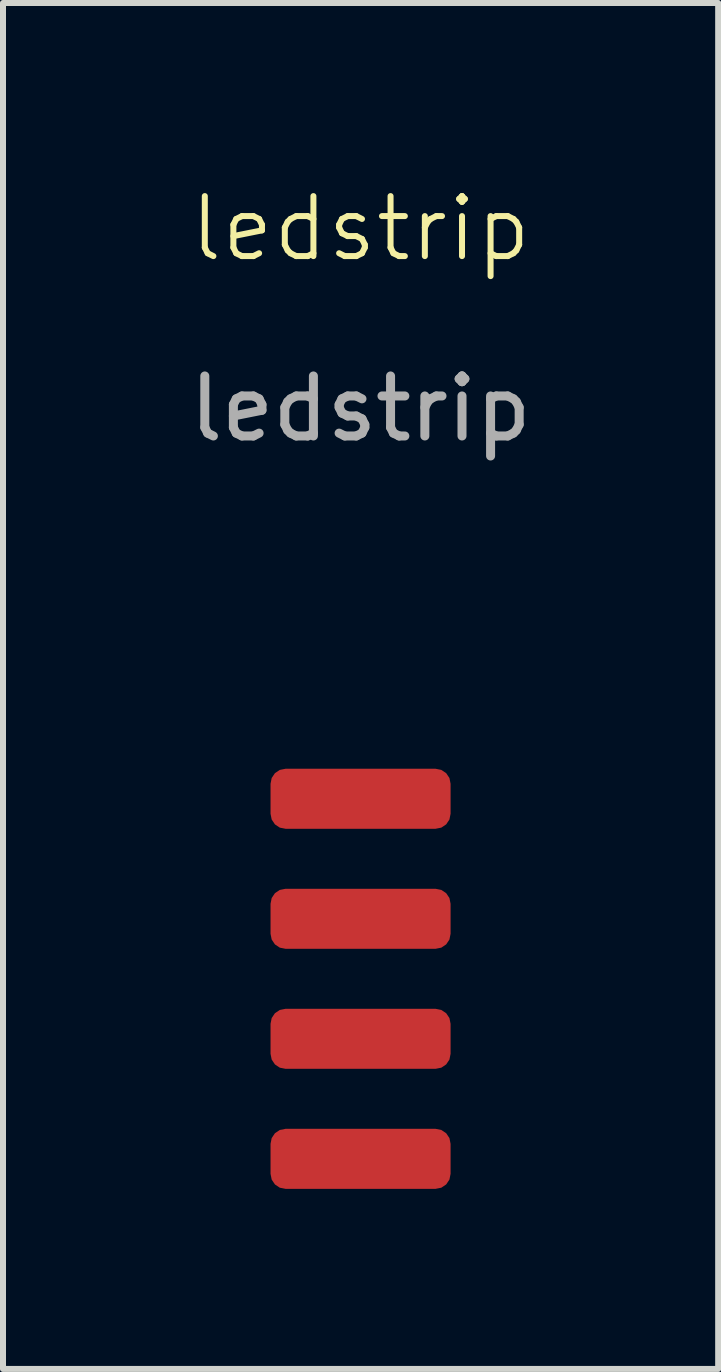
<source format=kicad_pcb>
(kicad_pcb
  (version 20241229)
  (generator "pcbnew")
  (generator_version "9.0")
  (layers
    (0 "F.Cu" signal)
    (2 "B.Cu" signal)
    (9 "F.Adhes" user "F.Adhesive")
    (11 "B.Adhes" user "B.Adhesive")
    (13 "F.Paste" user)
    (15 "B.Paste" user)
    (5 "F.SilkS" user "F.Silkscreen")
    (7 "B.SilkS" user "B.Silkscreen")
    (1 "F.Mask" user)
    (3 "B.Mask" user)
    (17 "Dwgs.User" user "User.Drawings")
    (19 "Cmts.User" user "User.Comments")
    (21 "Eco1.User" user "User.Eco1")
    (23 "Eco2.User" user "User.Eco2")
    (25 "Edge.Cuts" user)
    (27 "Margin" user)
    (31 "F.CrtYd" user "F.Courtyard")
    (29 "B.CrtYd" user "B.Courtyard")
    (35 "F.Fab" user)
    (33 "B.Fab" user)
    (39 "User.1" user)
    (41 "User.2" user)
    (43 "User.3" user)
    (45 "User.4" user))
  (footprint "ledstrip"
    (layer "F.Cu")
    (at 2.958 1.26)
    (property "Reference" "ledstrip" (at 0 -0.5 0) (unlocked yes) (layer "F.SilkS") (effects (font (size 1 1) (thickness 0.1))))
    (attr smd)
    (fp_text user "${REFERENCE}" (at 0 2.5 0) (unlocked yes) (layer "F.Fab") (effects (font (size 1 1) (thickness 0.15))))
    (pad "1" smd roundrect (at 0 9) (size 3 1) (layers "F.Cu" "F.Mask" "F.Paste") (roundrect_rratio 0.25))
    (pad "2" smd roundrect (at 0 11) (size 3 1) (layers "F.Cu" "F.Mask" "F.Paste") (roundrect_rratio 0.25))
    (pad "3" smd roundrect (at 0 13) (size 3 1) (layers "F.Cu" "F.Mask" "F.Paste") (roundrect_rratio 0.25))
    (pad "4" smd roundrect (at 0 15) (size 3 1) (layers "F.Cu" "F.Mask" "F.Paste") (roundrect_rratio 0.25)))
  (gr_rect
    (start -3 -3)
    (end 8.917 19.761)
    (stroke (width 0.1) (type default))
    (fill no)
    (layer "Edge.Cuts")))
</source>
